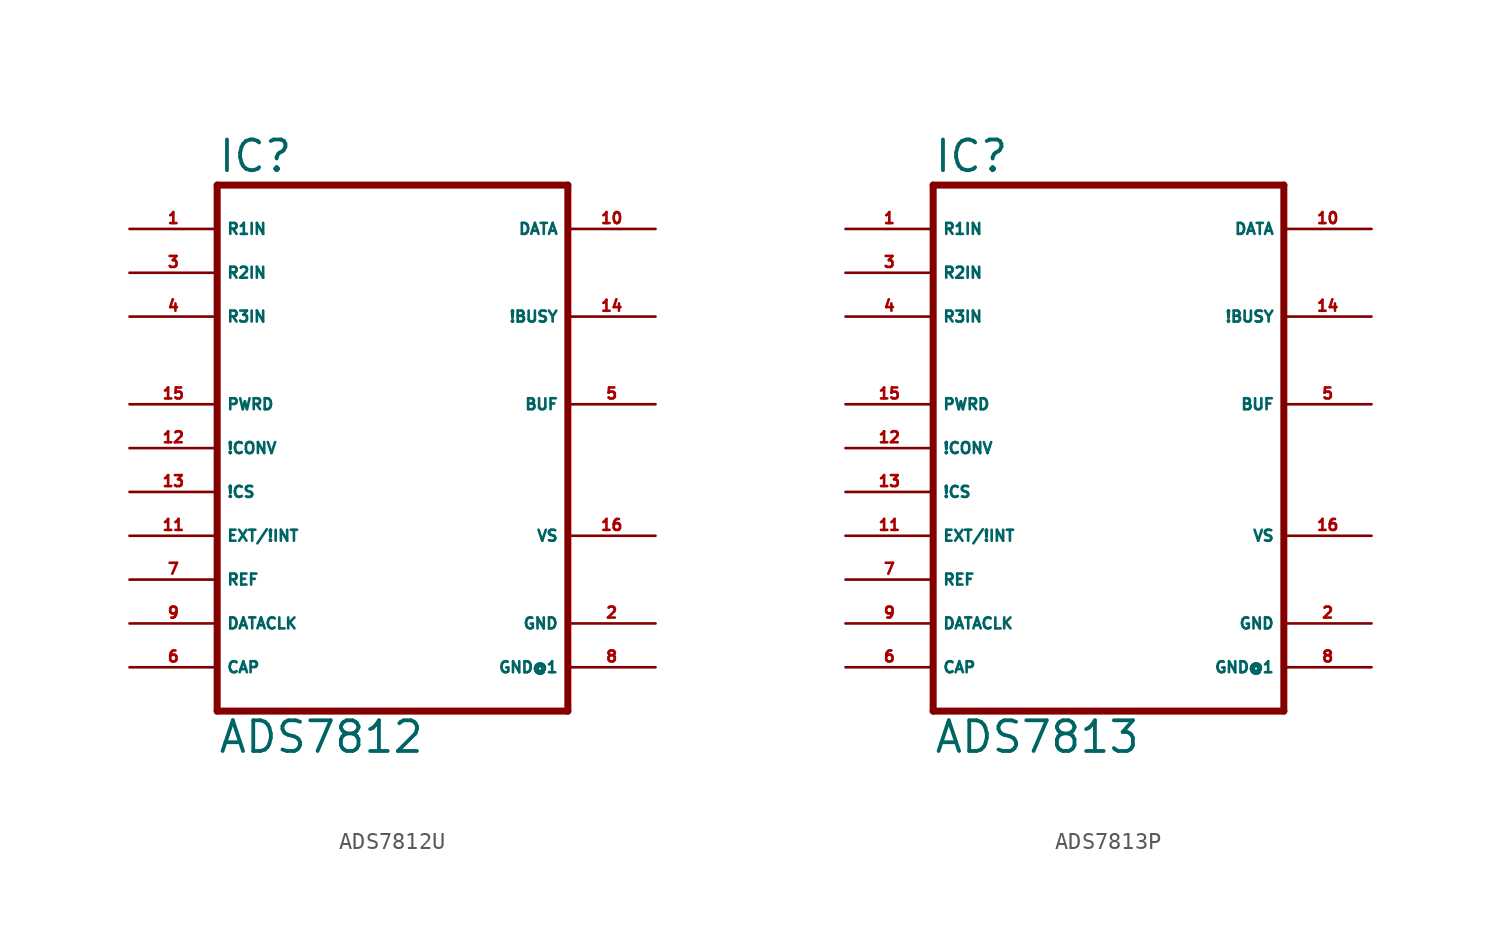
<source format=kicad_sym>
(kicad_symbol_lib
  (version 20220914)
  (generator Eagle2Kicad)
  (symbol "ADS7812U"
    (property "Reference" "IC"
      (at -10.16 15.875 0)
      (effects (font (size 1.778 1.778) (thickness 0.22)) (justify left bottom)))
    (property "Value" "ADS7812"
      (at -10.16 -17.78 0)
      (effects (font (size 1.778 1.778) (thickness 0.22)) (justify left bottom)))
    (polyline
      (pts (xy -10.16 -15.24) (xy 10.16 -15.24))
      (stroke (width 0.406) (type default))
      (fill (type none)))
    (polyline
      (pts (xy 10.16 -15.24) (xy 10.16 15.24))
      (stroke (width 0.406) (type default))
      (fill (type none)))
    (polyline
      (pts (xy 10.16 15.24) (xy -10.16 15.24))
      (stroke (width 0.406) (type default))
      (fill (type none)))
    (polyline
      (pts (xy -10.16 15.24) (xy -10.16 -15.24))
      (stroke (width 0.406) (type default))
      (fill (type none)))
    (pin input line
      (at -15.24 -5.08 0)
      (length 5.08)
      (name "EXT/!INT" (effects (font (size 0.635 0.635) (thickness 0.08)) (justify left bottom)))
      (number "11" (effects (font (size 0.635 0.635) (thickness 0.08)) (justify left bottom))))
    (pin input line
      (at -15.24 0 0)
      (length 5.08)
      (name "!CONV" (effects (font (size 0.635 0.635) (thickness 0.08)) (justify left bottom)))
      (number "12" (effects (font (size 0.635 0.635) (thickness 0.08)) (justify left bottom))))
    (pin input line
      (at -15.24 -2.54 0)
      (length 5.08)
      (name "!CS" (effects (font (size 0.635 0.635) (thickness 0.08)) (justify left bottom)))
      (number "13" (effects (font (size 0.635 0.635) (thickness 0.08)) (justify left bottom))))
    (pin input line
      (at -15.24 2.54 0)
      (length 5.08)
      (name "PWRD" (effects (font (size 0.635 0.635) (thickness 0.08)) (justify left bottom)))
      (number "15" (effects (font (size 0.635 0.635) (thickness 0.08)) (justify left bottom))))
    (pin output line
      (at 15.24 12.7 180)
      (length 5.08)
      (name "DATA" (effects (font (size 0.635 0.635) (thickness 0.08)) (justify left bottom)))
      (number "10" (effects (font (size 0.635 0.635) (thickness 0.08)) (justify left bottom))))
    (pin output line
      (at 15.24 7.62 180)
      (length 5.08)
      (name "!BUSY" (effects (font (size 0.635 0.635) (thickness 0.08)) (justify left bottom)))
      (number "14" (effects (font (size 0.635 0.635) (thickness 0.08)) (justify left bottom))))
    (pin bidirectional line
      (at -15.24 -10.16 0)
      (length 5.08)
      (name "DATACLK" (effects (font (size 0.635 0.635) (thickness 0.08)) (justify left bottom)))
      (number "9" (effects (font (size 0.635 0.635) (thickness 0.08)) (justify left bottom))))
    (pin input line
      (at -15.24 12.7 0)
      (length 5.08)
      (name "R1IN" (effects (font (size 0.635 0.635) (thickness 0.08)) (justify left bottom)))
      (number "1" (effects (font (size 0.635 0.635) (thickness 0.08)) (justify left bottom))))
    (pin input line
      (at -15.24 10.16 0)
      (length 5.08)
      (name "R2IN" (effects (font (size 0.635 0.635) (thickness 0.08)) (justify left bottom)))
      (number "3" (effects (font (size 0.635 0.635) (thickness 0.08)) (justify left bottom))))
    (pin input line
      (at -15.24 7.62 0)
      (length 5.08)
      (name "R3IN" (effects (font (size 0.635 0.635) (thickness 0.08)) (justify left bottom)))
      (number "4" (effects (font (size 0.635 0.635) (thickness 0.08)) (justify left bottom))))
    (pin unspecified line
      (at 15.24 -10.16 180)
      (length 5.08)
      (name "GND" (effects (font (size 0.635 0.635) (thickness 0.08)) (justify left bottom)))
      (number "2" (effects (font (size 0.635 0.635) (thickness 0.08)) (justify left bottom))))
    (pin unspecified line
      (at 15.24 -5.08 180)
      (length 5.08)
      (name "VS" (effects (font (size 0.635 0.635) (thickness 0.08)) (justify left bottom)))
      (number "16" (effects (font (size 0.635 0.635) (thickness 0.08)) (justify left bottom))))
    (pin unspecified line
      (at 15.24 -12.7 180)
      (length 5.08)
      (name "GND@1" (effects (font (size 0.635 0.635) (thickness 0.08)) (justify left bottom)))
      (number "8" (effects (font (size 0.635 0.635) (thickness 0.08)) (justify left bottom))))
    (pin output line
      (at 15.24 2.54 180)
      (length 5.08)
      (name "BUF" (effects (font (size 0.635 0.635) (thickness 0.08)) (justify left bottom)))
      (number "5" (effects (font (size 0.635 0.635) (thickness 0.08)) (justify left bottom))))
    (pin passive line
      (at -15.24 -12.7 0)
      (length 5.08)
      (name "CAP" (effects (font (size 0.635 0.635) (thickness 0.08)) (justify left bottom)))
      (number "6" (effects (font (size 0.635 0.635) (thickness 0.08)) (justify left bottom))))
    (pin bidirectional line
      (at -15.24 -7.62 0)
      (length 5.08)
      (name "REF" (effects (font (size 0.635 0.635) (thickness 0.08)) (justify left bottom)))
      (number "7" (effects (font (size 0.635 0.635) (thickness 0.08)) (justify left bottom)))))
  (symbol "ADS7813P"
    (property "Reference" "IC"
      (at -10.16 15.875 0)
      (effects (font (size 1.778 1.778) (thickness 0.22)) (justify left bottom)))
    (property "Value" "ADS7813"
      (at -10.16 -17.78 0)
      (effects (font (size 1.778 1.778) (thickness 0.22)) (justify left bottom)))
    (polyline
      (pts (xy -10.16 -15.24) (xy 10.16 -15.24))
      (stroke (width 0.406) (type default))
      (fill (type none)))
    (polyline
      (pts (xy 10.16 -15.24) (xy 10.16 15.24))
      (stroke (width 0.406) (type default))
      (fill (type none)))
    (polyline
      (pts (xy 10.16 15.24) (xy -10.16 15.24))
      (stroke (width 0.406) (type default))
      (fill (type none)))
    (polyline
      (pts (xy -10.16 15.24) (xy -10.16 -15.24))
      (stroke (width 0.406) (type default))
      (fill (type none)))
    (pin input line
      (at -15.24 -5.08 0)
      (length 5.08)
      (name "EXT/!INT" (effects (font (size 0.635 0.635) (thickness 0.08)) (justify left bottom)))
      (number "11" (effects (font (size 0.635 0.635) (thickness 0.08)) (justify left bottom))))
    (pin input line
      (at -15.24 0 0)
      (length 5.08)
      (name "!CONV" (effects (font (size 0.635 0.635) (thickness 0.08)) (justify left bottom)))
      (number "12" (effects (font (size 0.635 0.635) (thickness 0.08)) (justify left bottom))))
    (pin input line
      (at -15.24 -2.54 0)
      (length 5.08)
      (name "!CS" (effects (font (size 0.635 0.635) (thickness 0.08)) (justify left bottom)))
      (number "13" (effects (font (size 0.635 0.635) (thickness 0.08)) (justify left bottom))))
    (pin input line
      (at -15.24 2.54 0)
      (length 5.08)
      (name "PWRD" (effects (font (size 0.635 0.635) (thickness 0.08)) (justify left bottom)))
      (number "15" (effects (font (size 0.635 0.635) (thickness 0.08)) (justify left bottom))))
    (pin output line
      (at 15.24 12.7 180)
      (length 5.08)
      (name "DATA" (effects (font (size 0.635 0.635) (thickness 0.08)) (justify left bottom)))
      (number "10" (effects (font (size 0.635 0.635) (thickness 0.08)) (justify left bottom))))
    (pin output line
      (at 15.24 7.62 180)
      (length 5.08)
      (name "!BUSY" (effects (font (size 0.635 0.635) (thickness 0.08)) (justify left bottom)))
      (number "14" (effects (font (size 0.635 0.635) (thickness 0.08)) (justify left bottom))))
    (pin bidirectional line
      (at -15.24 -10.16 0)
      (length 5.08)
      (name "DATACLK" (effects (font (size 0.635 0.635) (thickness 0.08)) (justify left bottom)))
      (number "9" (effects (font (size 0.635 0.635) (thickness 0.08)) (justify left bottom))))
    (pin input line
      (at -15.24 12.7 0)
      (length 5.08)
      (name "R1IN" (effects (font (size 0.635 0.635) (thickness 0.08)) (justify left bottom)))
      (number "1" (effects (font (size 0.635 0.635) (thickness 0.08)) (justify left bottom))))
    (pin input line
      (at -15.24 10.16 0)
      (length 5.08)
      (name "R2IN" (effects (font (size 0.635 0.635) (thickness 0.08)) (justify left bottom)))
      (number "3" (effects (font (size 0.635 0.635) (thickness 0.08)) (justify left bottom))))
    (pin input line
      (at -15.24 7.62 0)
      (length 5.08)
      (name "R3IN" (effects (font (size 0.635 0.635) (thickness 0.08)) (justify left bottom)))
      (number "4" (effects (font (size 0.635 0.635) (thickness 0.08)) (justify left bottom))))
    (pin unspecified line
      (at 15.24 -10.16 180)
      (length 5.08)
      (name "GND" (effects (font (size 0.635 0.635) (thickness 0.08)) (justify left bottom)))
      (number "2" (effects (font (size 0.635 0.635) (thickness 0.08)) (justify left bottom))))
    (pin unspecified line
      (at 15.24 -5.08 180)
      (length 5.08)
      (name "VS" (effects (font (size 0.635 0.635) (thickness 0.08)) (justify left bottom)))
      (number "16" (effects (font (size 0.635 0.635) (thickness 0.08)) (justify left bottom))))
    (pin unspecified line
      (at 15.24 -12.7 180)
      (length 5.08)
      (name "GND@1" (effects (font (size 0.635 0.635) (thickness 0.08)) (justify left bottom)))
      (number "8" (effects (font (size 0.635 0.635) (thickness 0.08)) (justify left bottom))))
    (pin output line
      (at 15.24 2.54 180)
      (length 5.08)
      (name "BUF" (effects (font (size 0.635 0.635) (thickness 0.08)) (justify left bottom)))
      (number "5" (effects (font (size 0.635 0.635) (thickness 0.08)) (justify left bottom))))
    (pin passive line
      (at -15.24 -12.7 0)
      (length 5.08)
      (name "CAP" (effects (font (size 0.635 0.635) (thickness 0.08)) (justify left bottom)))
      (number "6" (effects (font (size 0.635 0.635) (thickness 0.08)) (justify left bottom))))
    (pin bidirectional line
      (at -15.24 -7.62 0)
      (length 5.08)
      (name "REF" (effects (font (size 0.635 0.635) (thickness 0.08)) (justify left bottom)))
      (number "7" (effects (font (size 0.635 0.635) (thickness 0.08)) (justify left bottom))))))
</source>
